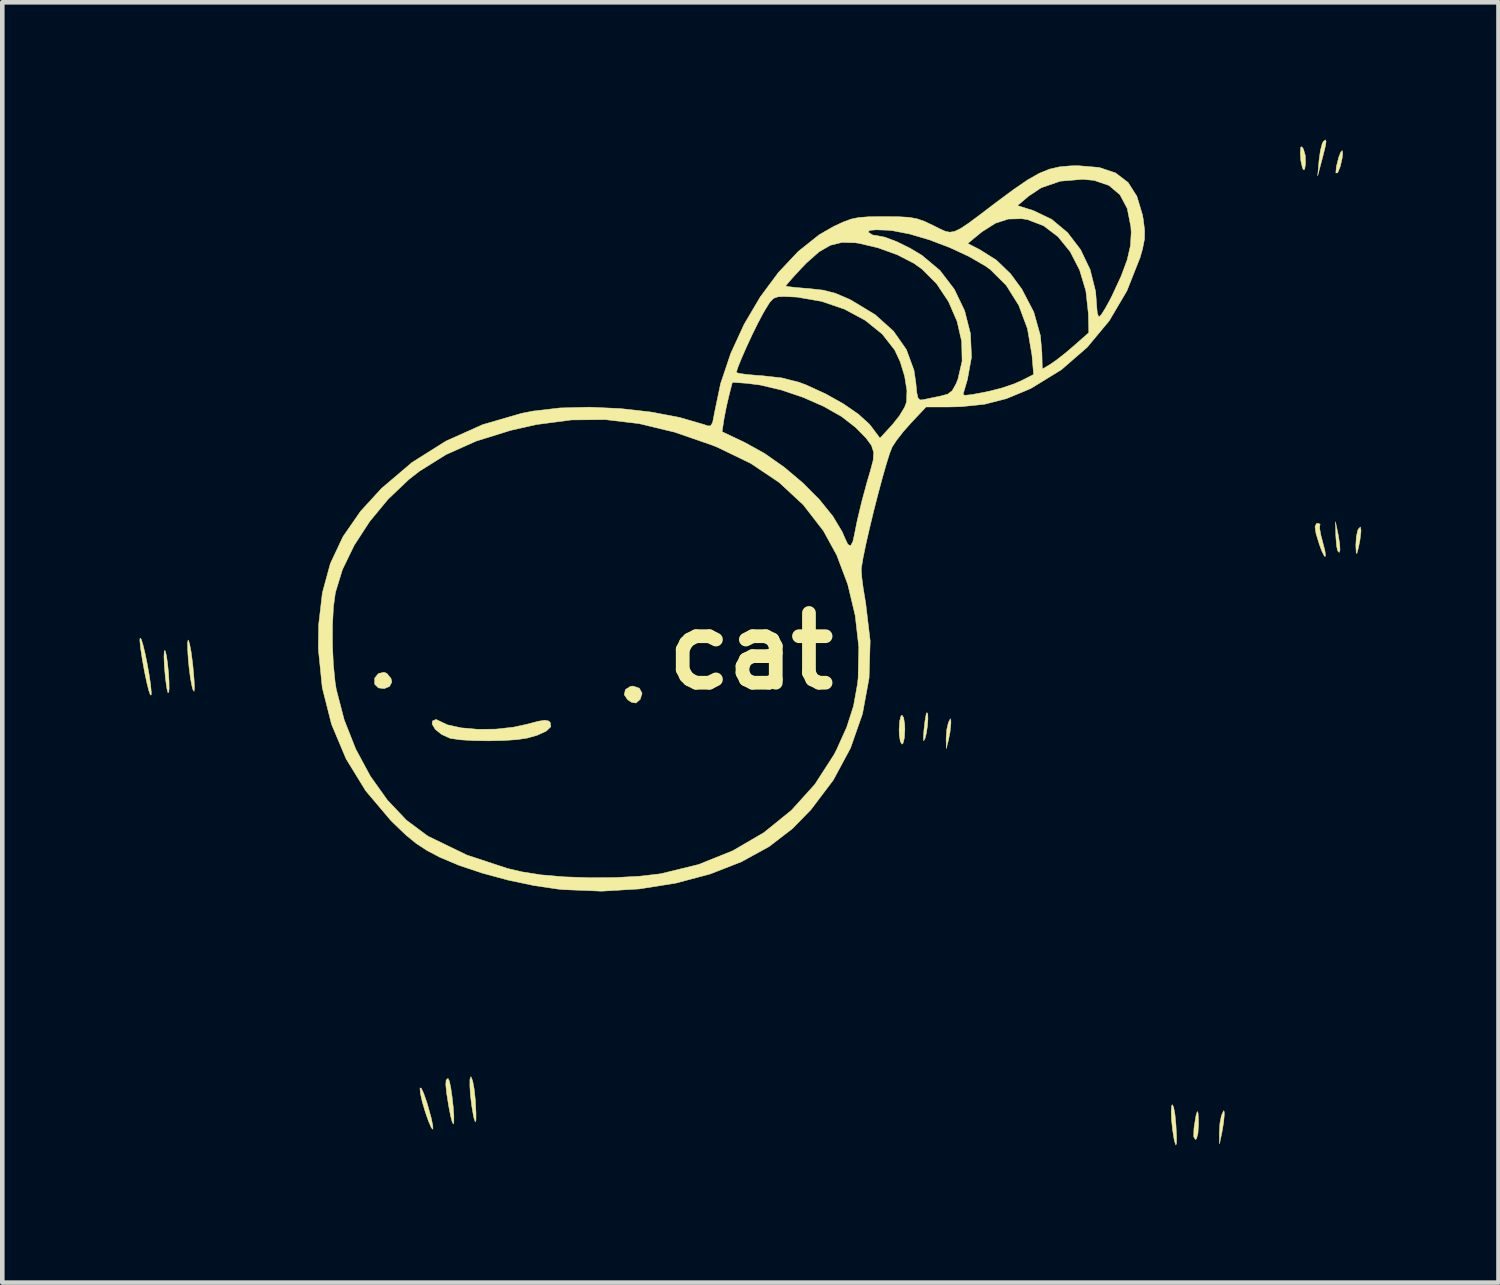
<source format=kicad_pcb>
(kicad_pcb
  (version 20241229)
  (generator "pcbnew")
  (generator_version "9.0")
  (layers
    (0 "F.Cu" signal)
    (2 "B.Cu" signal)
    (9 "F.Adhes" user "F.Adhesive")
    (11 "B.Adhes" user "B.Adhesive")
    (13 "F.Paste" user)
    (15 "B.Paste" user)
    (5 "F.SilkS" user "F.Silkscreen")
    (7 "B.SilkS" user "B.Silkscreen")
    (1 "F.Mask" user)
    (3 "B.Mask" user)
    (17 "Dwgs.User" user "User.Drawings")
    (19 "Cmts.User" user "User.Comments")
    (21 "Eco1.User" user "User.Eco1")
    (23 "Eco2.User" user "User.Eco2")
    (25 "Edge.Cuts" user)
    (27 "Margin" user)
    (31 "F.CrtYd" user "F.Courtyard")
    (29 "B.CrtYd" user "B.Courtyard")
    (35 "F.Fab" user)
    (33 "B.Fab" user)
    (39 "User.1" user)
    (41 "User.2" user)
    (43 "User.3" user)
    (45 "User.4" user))
  (footprint "cat"
    (layer "F.Cu")
    (at 13.351 11.174)
    (property "Reference" "cat" (at 0 0 0) (layer "F.SilkS") (effects (font (size 1.524 1.524) (thickness 0.3))))
    (attr through_hole)
    (fp_poly (pts (xy 12.831 -2.54) (xy 12.863 -2.342) (xy 12.87 -2.207) (xy 12.852 -2.156) (xy 12.818 -2.194) (xy 12.797 -2.29) (xy 12.782 -2.461) (xy 12.778 -2.54) (xy 12.771 -2.826) (xy 12.831 -2.54)) (stroke (width 0.01) (type solid)) (fill yes) (layer "F.SilkS"))
    (fp_poly (pts (xy -7.952 0.484) (xy -7.86 0.596) (xy -7.842 0.674) (xy -7.893 0.772) (xy -8.008 0.818) (xy -8.134 0.803) (xy -8.217 0.722) (xy -8.217 0.589) (xy -8.136 0.489) (xy -8.015 0.461) (xy -7.952 0.484)) (stroke (width 0.01) (type solid)) (fill yes) (layer "F.SilkS"))
    (fp_poly (pts (xy 4.37 1.511) (xy 4.37 1.587) (xy 4.351 1.77) (xy 4.318 1.937) (xy 4.27 2.127) (xy 4.266 1.905) (xy 4.28 1.714) (xy 4.316 1.559) (xy 4.318 1.556) (xy 4.358 1.476) (xy 4.37 1.511)) (stroke (width 0.01) (type solid)) (fill yes) (layer "F.SilkS"))
    (fp_poly (pts (xy 12.071 -10.968) (xy 12.112 -10.826) (xy 12.117 -10.651) (xy 12.098 -10.526) (xy 12.071 -10.517) (xy 12.049 -10.562) (xy 12.015 -10.709) (xy 12.003 -10.88) (xy 12.011 -11.006) (xy 12.036 -11.019) (xy 12.071 -10.968)) (stroke (width 0.01) (type solid)) (fill yes) (layer "F.SilkS"))
    (fp_poly (pts (xy 12.566 -11.133) (xy 12.546 -11.013) (xy 12.491 -10.792) (xy 12.475 -10.732) (xy 12.382 -10.382) (xy 12.413 -10.727) (xy 12.441 -10.931) (xy 12.481 -11.085) (xy 12.508 -11.136) (xy 12.553 -11.169) (xy 12.566 -11.133)) (stroke (width 0.01) (type solid)) (fill yes) (layer "F.SilkS"))
    (fp_poly (pts (xy -2.435 0.809) (xy -2.375 0.92) (xy -2.415 1.05) (xy -2.42 1.056) (xy -2.509 1.133) (xy -2.606 1.117) (xy -2.69 1.062) (xy -2.765 0.951) (xy -2.739 0.838) (xy -2.628 0.768) (xy -2.572 0.762) (xy -2.435 0.809)) (stroke (width 0.01) (type solid)) (fill yes) (layer "F.SilkS"))
    (fp_poly (pts (xy 3.865 1.367) (xy 3.869 1.477) (xy 3.858 1.632) (xy 3.834 1.793) (xy 3.806 1.905) (xy 3.777 1.959) (xy 3.77 1.897) (xy 3.782 1.718) (xy 3.805 1.521) (xy 3.829 1.383) (xy 3.844 1.342) (xy 3.865 1.367)) (stroke (width 0.01) (type solid)) (fill yes) (layer "F.SilkS"))
    (fp_poly (pts (xy 9.77 10.089) (xy 9.778 10.25) (xy 9.779 10.34) (xy 9.767 10.533) (xy 9.736 10.649) (xy 9.712 10.668) (xy 9.674 10.609) (xy 9.679 10.435) (xy 9.688 10.366) (xy 9.724 10.148) (xy 9.752 10.055) (xy 9.77 10.089)) (stroke (width 0.01) (type solid)) (fill yes) (layer "F.SilkS"))
    (fp_poly (pts (xy 10.341 10.063) (xy 10.342 10.128) (xy 10.33 10.272) (xy 10.299 10.467) (xy 10.291 10.509) (xy 10.238 10.763) (xy 10.235 10.509) (xy 10.247 10.311) (xy 10.279 10.149) (xy 10.287 10.128) (xy 10.329 10.037) (xy 10.341 10.063)) (stroke (width 0.01) (type solid)) (fill yes) (layer "F.SilkS"))
    (fp_poly (pts (xy 12.928 -10.871) (xy 12.916 -10.763) (xy 12.875 -10.586) (xy 12.825 -10.462) (xy 12.813 -10.446) (xy 12.779 -10.448) (xy 12.789 -10.567) (xy 12.796 -10.604) (xy 12.842 -10.788) (xy 12.887 -10.902) (xy 12.919 -10.935) (xy 12.928 -10.871)) (stroke (width 0.01) (type solid)) (fill yes) (layer "F.SilkS"))
    (fp_poly (pts (xy 3.338 1.454) (xy 3.361 1.6) (xy 3.365 1.714) (xy 3.354 1.896) (xy 3.325 2.011) (xy 3.302 2.032) (xy 3.266 1.975) (xy 3.243 1.829) (xy 3.239 1.714) (xy 3.25 1.533) (xy 3.279 1.418) (xy 3.302 1.397) (xy 3.338 1.454)) (stroke (width 0.01) (type solid)) (fill yes) (layer "F.SilkS"))
    (fp_poly (pts (xy 13.328 -2.647) (xy 13.327 -2.603) (xy 13.305 -2.421) (xy 13.271 -2.254) (xy 13.241 -2.142) (xy 13.225 -2.135) (xy 13.219 -2.244) (xy 13.216 -2.318) (xy 13.227 -2.505) (xy 13.261 -2.648) (xy 13.271 -2.667) (xy 13.315 -2.713) (xy 13.328 -2.647)) (stroke (width 0.01) (type solid)) (fill yes) (layer "F.SilkS"))
    (fp_poly (pts (xy -7.201 9.545) (xy -7.15 9.65) (xy -7.084 9.836) (xy -7.057 9.926) (xy -6.982 10.196) (xy -6.946 10.371) (xy -6.945 10.445) (xy -6.978 10.412) (xy -7.041 10.266) (xy -7.11 10.07) (xy -7.177 9.843) (xy -7.219 9.653) (xy -7.227 9.542) (xy -7.201 9.545)) (stroke (width 0.01) (type solid)) (fill yes) (layer "F.SilkS"))
    (fp_poly (pts (xy 9.236 9.964) (xy 9.264 10.116) (xy 9.285 10.33) (xy 9.286 10.335) (xy 9.299 10.593) (xy 9.299 10.746) (xy 9.285 10.788) (xy 9.258 10.713) (xy 9.246 10.66) (xy 9.212 10.45) (xy 9.19 10.235) (xy 9.183 10.05) (xy 9.192 9.931) (xy 9.208 9.906) (xy 9.236 9.964)) (stroke (width 0.01) (type solid)) (fill yes) (layer "F.SilkS"))
    (fp_poly (pts (xy 12.438 -2.771) (xy 12.43 -2.757) (xy 12.425 -2.68) (xy 12.454 -2.523) (xy 12.487 -2.401) (xy 12.542 -2.187) (xy 12.555 -2.076) (xy 12.53 -2.072) (xy 12.474 -2.183) (xy 12.421 -2.326) (xy 12.346 -2.57) (xy 12.324 -2.717) (xy 12.353 -2.785) (xy 12.393 -2.794) (xy 12.438 -2.771)) (stroke (width 0.01) (type solid)) (fill yes) (layer "F.SilkS"))
    (fp_poly (pts (xy -12.79 -0.004) (xy -12.766 0.097) (xy -12.742 0.262) (xy -12.722 0.458) (xy -12.709 0.654) (xy -12.707 0.818) (xy -12.714 0.892) (xy -12.731 0.909) (xy -12.755 0.818) (xy -12.781 0.638) (xy -12.79 0.561) (xy -12.811 0.316) (xy -12.819 0.116) (xy -12.813 -0.002) (xy -12.811 -0.011) (xy -12.79 -0.004)) (stroke (width 0.01) (type solid)) (fill yes) (layer "F.SilkS"))
    (fp_poly (pts (xy -6.585 9.392) (xy -6.554 9.539) (xy -6.525 9.739) (xy -6.501 9.955) (xy -6.487 10.15) (xy -6.488 10.288) (xy -6.498 10.329) (xy -6.522 10.287) (xy -6.558 10.15) (xy -6.597 9.952) (xy -6.644 9.659) (xy -6.663 9.472) (xy -6.656 9.37) (xy -6.621 9.335) (xy -6.613 9.335) (xy -6.585 9.392)) (stroke (width 0.01) (type solid)) (fill yes) (layer "F.SilkS"))
    (fp_poly (pts (xy -6.109 9.303) (xy -6.075 9.394) (xy -6.042 9.574) (xy -6.018 9.807) (xy -6.017 9.827) (xy -6.003 10.09) (xy -6.004 10.244) (xy -6.019 10.283) (xy -6.047 10.203) (xy -6.06 10.144) (xy -6.097 9.926) (xy -6.124 9.702) (xy -6.137 9.502) (xy -6.136 9.358) (xy -6.119 9.298) (xy -6.109 9.303)) (stroke (width 0.01) (type solid)) (fill yes) (layer "F.SilkS"))
    (fp_poly (pts (xy -13.316 -0.26) (xy -13.278 -0.139) (xy -13.232 0.05) (xy -13.186 0.276) (xy -13.144 0.511) (xy -13.112 0.726) (xy -13.097 0.891) (xy -13.097 0.953) (xy -13.115 0.96) (xy -13.15 0.861) (xy -13.197 0.673) (xy -13.245 0.445) (xy -13.295 0.165) (xy -13.33 -0.069) (xy -13.346 -0.229) (xy -13.342 -0.284) (xy -13.316 -0.26)) (stroke (width 0.01) (type solid)) (fill yes) (layer "F.SilkS"))
    (fp_poly (pts (xy -12.287 -0.241) (xy -12.26 -0.161) (xy -12.227 0.013) (xy -12.196 0.247) (xy -12.187 0.328) (xy -12.162 0.614) (xy -12.154 0.8) (xy -12.162 0.878) (xy -12.186 0.842) (xy -12.211 0.749) (xy -12.242 0.584) (xy -12.269 0.375) (xy -12.29 0.155) (xy -12.302 -0.043) (xy -12.304 -0.186) (xy -12.292 -0.243) (xy -12.287 -0.241)) (stroke (width 0.01) (type solid)) (fill yes) (layer "F.SilkS"))
    (fp_poly (pts (xy -6.836 1.51) (xy -6.627 1.609) (xy -6.325 1.675) (xy -5.964 1.707) (xy -5.574 1.703) (xy -5.188 1.661) (xy -4.877 1.593) (xy -4.643 1.531) (xy -4.5 1.509) (xy -4.418 1.525) (xy -4.381 1.557) (xy -4.368 1.65) (xy -4.469 1.747) (xy -4.669 1.838) (xy -4.889 1.9) (xy -5.108 1.932) (xy -5.403 1.952) (xy -5.734 1.959) (xy -6.063 1.954) (xy -6.349 1.936) (xy -6.555 1.906) (xy -6.577 1.9) (xy -6.754 1.82) (xy -6.892 1.708) (xy -6.962 1.593) (xy -6.954 1.525) (xy -6.875 1.491) (xy -6.836 1.51)) (stroke (width 0.01) (type solid)) (fill yes) (layer "F.SilkS"))
    (fp_poly (pts (xy 7.61 -10.566) (xy 7.968 -10.446) (xy 8.24 -10.239) (xy 8.433 -9.937) (xy 8.554 -9.534) (xy 8.571 -9.441) (xy 8.602 -9.196) (xy 8.599 -8.998) (xy 8.557 -8.786) (xy 8.502 -8.595) (xy 8.216 -7.872) (xy 7.829 -7.216) (xy 7.348 -6.638) (xy 6.783 -6.147) (xy 6.141 -5.753) (xy 6.064 -5.715) (xy 5.583 -5.516) (xy 5.106 -5.394) (xy 4.585 -5.34) (xy 4.316 -5.334) (xy 3.828 -5.334) (xy 3.51 -4.997) (xy 3.333 -4.798) (xy 3.181 -4.603) (xy 3.087 -4.459) (xy 3.032 -4.319) (xy 2.958 -4.082) (xy 2.87 -3.773) (xy 2.775 -3.418) (xy 2.679 -3.042) (xy 2.59 -2.671) (xy 2.512 -2.33) (xy 2.453 -2.045) (xy 2.419 -1.842) (xy 2.413 -1.771) (xy 2.425 -1.603) (xy 2.457 -1.361) (xy 2.502 -1.092) (xy 2.508 -1.058) (xy 2.607 -0.224) (xy 2.583 0.588) (xy 2.439 1.371) (xy 2.178 2.117) (xy 1.801 2.817) (xy 1.312 3.464) (xy 0.91 3.876) (xy 0.401 4.268) (xy -0.205 4.601) (xy -0.892 4.869) (xy -1.641 5.068) (xy -2.436 5.194) (xy -3.26 5.243) (xy -4.095 5.209) (xy -4.21 5.198) (xy -4.738 5.12) (xy -5.302 5.001) (xy -5.861 4.85) (xy -6.373 4.679) (xy -6.795 4.501) (xy -7.071 4.356) (xy -7.306 4.203) (xy -7.535 4.016) (xy -7.798 3.764) (xy -7.874 3.687) (xy -8.413 3.05) (xy -8.842 2.351) (xy -9.159 1.597) (xy -9.362 0.795) (xy -9.447 -0.047) (xy -9.446 -0.139) (xy -9.139 -0.139) (xy -9.119 0.294) (xy -9.08 0.681) (xy -9.055 0.836) (xy -8.882 1.501) (xy -8.63 2.139) (xy -8.312 2.729) (xy -7.939 3.253) (xy -7.523 3.692) (xy -7.076 4.025) (xy -7.033 4.051) (xy -6.202 4.454) (xy -5.317 4.746) (xy -4.997 4.821) (xy -4.576 4.887) (xy -4.069 4.93) (xy -3.517 4.949) (xy -2.96 4.945) (xy -2.437 4.917) (xy -1.988 4.865) (xy -1.95 4.858) (xy -1.141 4.66) (xy -0.393 4.359) (xy 0.285 3.963) (xy 0.885 3.478) (xy 1.398 2.91) (xy 1.814 2.266) (xy 1.87 2.159) (xy 2.094 1.662) (xy 2.243 1.199) (xy 2.33 0.718) (xy 2.344 0.587) (xy 2.359 -0.084) (xy 2.28 -0.778) (xy 2.117 -1.46) (xy 1.877 -2.097) (xy 1.586 -2.628) (xy 1.145 -3.197) (xy 0.618 -3.686) (xy -0.004 -4.103) (xy -0.728 -4.453) (xy -0.847 -4.501) (xy -1.669 -4.785) (xy -1.709 -4.794) (xy -0.628 -4.794) (xy -0.129 -4.557) (xy 0.302 -4.318) (xy 0.732 -4.016) (xy 1.138 -3.673) (xy 1.499 -3.31) (xy 1.793 -2.946) (xy 1.998 -2.603) (xy 2.045 -2.492) (xy 2.119 -2.334) (xy 2.179 -2.3) (xy 2.229 -2.394) (xy 2.258 -2.524) (xy 2.325 -2.857) (xy 2.422 -3.262) (xy 2.537 -3.688) (xy 2.609 -3.931) (xy 2.671 -4.164) (xy 2.684 -4.34) (xy 2.636 -4.493) (xy 2.516 -4.656) (xy 2.312 -4.864) (xy 2.283 -4.892) (xy 1.984 -5.124) (xy 1.593 -5.346) (xy 1.143 -5.544) (xy 0.67 -5.704) (xy 0.208 -5.813) (xy -0.09 -5.851) (xy -0.403 -5.874) (xy -0.476 -5.588) (xy -0.533 -5.344) (xy -0.581 -5.099) (xy -0.589 -5.048) (xy -0.628 -4.794) (xy -1.709 -4.794) (xy -2.438 -4.97) (xy -3.179 -5.058) (xy -3.916 -5.051) (xy -4.676 -4.951) (xy -5.242 -4.824) (xy -5.998 -4.589) (xy -6.658 -4.294) (xy -7.24 -3.93) (xy -7.474 -3.747) (xy -7.924 -3.319) (xy -8.327 -2.831) (xy -8.665 -2.31) (xy -8.921 -1.782) (xy -9.074 -1.283) (xy -9.117 -0.97) (xy -9.138 -0.575) (xy -9.139 -0.139) (xy -9.446 -0.139) (xy -9.441 -0.572) (xy -9.359 -1.277) (xy -9.185 -1.914) (xy -8.91 -2.5) (xy -8.525 -3.056) (xy -8.067 -3.556) (xy -7.399 -4.124) (xy -6.658 -4.59) (xy -5.856 -4.949) (xy -5.005 -5.196) (xy -4.753 -5.245) (xy -4.168 -5.313) (xy -3.521 -5.33) (xy -2.847 -5.299) (xy -2.182 -5.224) (xy -1.562 -5.107) (xy -1.023 -4.951) (xy -0.944 -4.922) (xy -0.878 -4.921) (xy -0.834 -4.998) (xy -0.799 -5.176) (xy -0.798 -5.187) (xy -0.66 -5.847) (xy -0.578 -6.089) (xy -0.316 -6.089) (xy -0.258 -6.068) (xy -0.102 -6.046) (xy 0.124 -6.025) (xy 0.238 -6.018) (xy 0.672 -5.97) (xy 1.042 -5.877) (xy 1.205 -5.817) (xy 1.633 -5.621) (xy 2.022 -5.403) (xy 2.347 -5.179) (xy 2.582 -4.966) (xy 2.633 -4.904) (xy 2.821 -4.653) (xy 3.091 -4.946) (xy 3.243 -5.137) (xy 3.358 -5.326) (xy 3.401 -5.441) (xy 3.41 -5.694) (xy 3.36 -6.004) (xy 3.263 -6.322) (xy 3.142 -6.58) (xy 2.87 -6.927) (xy 2.498 -7.227) (xy 2.049 -7.469) (xy 1.545 -7.641) (xy 1.009 -7.734) (xy 0.729 -7.747) (xy 0.593 -7.741) (xy 0.497 -7.707) (xy 0.414 -7.621) (xy 0.313 -7.458) (xy 0.253 -7.352) (xy 0.144 -7.146) (xy 0.023 -6.899) (xy -0.097 -6.64) (xy -0.202 -6.4) (xy -0.279 -6.209) (xy -0.315 -6.097) (xy -0.316 -6.089) (xy -0.578 -6.089) (xy -0.439 -6.504) (xy -0.147 -7.139) (xy 0.204 -7.734) (xy 0.383 -7.976) (xy 0.762 -7.976) (xy 0.82 -7.963) (xy 0.975 -7.945) (xy 1.196 -7.926) (xy 1.258 -7.922) (xy 1.581 -7.886) (xy 1.849 -7.817) (xy 2.133 -7.696) (xy 2.195 -7.665) (xy 2.715 -7.351) (xy 3.116 -6.991) (xy 3.399 -6.587) (xy 3.564 -6.137) (xy 3.604 -5.867) (xy 3.625 -5.649) (xy 3.652 -5.531) (xy 3.696 -5.488) (xy 3.769 -5.493) (xy 3.771 -5.494) (xy 3.923 -5.527) (xy 4.12 -5.567) (xy 4.151 -5.574) (xy 4.302 -5.615) (xy 4.399 -5.69) (xy 4.479 -5.832) (xy 4.523 -5.938) (xy 4.615 -6.334) (xy 4.606 -6.766) (xy 4.504 -7.208) (xy 4.318 -7.636) (xy 4.06 -8.024) (xy 3.737 -8.347) (xy 3.561 -8.473) (xy 3.201 -8.658) (xy 2.778 -8.811) (xy 2.358 -8.91) (xy 2.278 -8.921) (xy 1.994 -8.929) (xy 1.74 -8.867) (xy 1.49 -8.723) (xy 1.219 -8.483) (xy 1.095 -8.355) (xy 0.937 -8.183) (xy 0.82 -8.05) (xy 0.764 -7.981) (xy 0.762 -7.976) (xy 0.383 -7.976) (xy 0.602 -8.271) (xy 1.035 -8.731) (xy 1.492 -9.095) (xy 1.605 -9.16) (xy 2.563 -9.16) (xy 2.567 -9.151) (xy 2.661 -9.091) (xy 2.733 -9.081) (xy 2.926 -9.044) (xy 3.187 -8.946) (xy 3.482 -8.8) (xy 3.736 -8.648) (xy 4.131 -8.317) (xy 4.445 -7.906) (xy 4.67 -7.438) (xy 4.798 -6.935) (xy 4.82 -6.42) (xy 4.731 -5.931) (xy 4.678 -5.752) (xy 4.643 -5.632) (xy 4.636 -5.604) (xy 4.683 -5.589) (xy 4.83 -5.605) (xy 5.088 -5.653) (xy 5.216 -5.68) (xy 5.485 -5.749) (xy 5.748 -5.838) (xy 5.907 -5.907) (xy 6.177 -6.044) (xy 6.141 -6.471) (xy 6.043 -7.043) (xy 5.853 -7.554) (xy 5.58 -7.99) (xy 5.231 -8.337) (xy 5.122 -8.415) (xy 4.764 -8.622) (xy 4.344 -8.817) (xy 4.112 -8.905) (xy 4.738 -8.905) (xy 4.996 -8.774) (xy 5.363 -8.543) (xy 5.672 -8.245) (xy 5.919 -7.91) (xy 6.181 -7.408) (xy 6.325 -6.894) (xy 6.358 -6.526) (xy 6.367 -6.162) (xy 6.541 -6.265) (xy 6.679 -6.361) (xy 6.868 -6.509) (xy 7.049 -6.663) (xy 7.383 -6.957) (xy 7.374 -7.368) (xy 7.319 -7.868) (xy 7.182 -8.326) (xy 6.976 -8.726) (xy 6.71 -9.054) (xy 6.396 -9.292) (xy 6.044 -9.427) (xy 5.919 -9.446) (xy 5.622 -9.439) (xy 5.344 -9.348) (xy 5.051 -9.162) (xy 4.957 -9.086) (xy 4.738 -8.905) (xy 4.112 -8.905) (xy 3.901 -8.985) (xy 3.472 -9.112) (xy 3.097 -9.185) (xy 2.992 -9.195) (xy 2.738 -9.204) (xy 2.599 -9.192) (xy 2.563 -9.16) (xy 1.605 -9.16) (xy 1.81 -9.278) (xy 2.019 -9.375) (xy 2.19 -9.438) (xy 2.36 -9.473) (xy 2.57 -9.489) (xy 2.86 -9.493) (xy 2.923 -9.493) (xy 3.233 -9.49) (xy 3.455 -9.477) (xy 3.628 -9.446) (xy 3.788 -9.391) (xy 3.975 -9.303) (xy 3.987 -9.297) (xy 4.134 -9.223) (xy 4.247 -9.172) (xy 4.346 -9.152) (xy 4.451 -9.169) (xy 4.579 -9.23) (xy 4.749 -9.343) (xy 4.98 -9.514) (xy 5.268 -9.733) (xy 5.825 -9.733) (xy 6.172 -9.624) (xy 6.57 -9.434) (xy 6.919 -9.143) (xy 7.204 -8.77) (xy 7.412 -8.334) (xy 7.532 -7.855) (xy 7.555 -7.541) (xy 7.568 -7.387) (xy 7.599 -7.306) (xy 7.609 -7.303) (xy 7.659 -7.355) (xy 7.747 -7.496) (xy 7.857 -7.697) (xy 7.89 -7.763) (xy 8.089 -8.192) (xy 8.221 -8.547) (xy 8.292 -8.855) (xy 8.309 -9.143) (xy 8.301 -9.273) (xy 8.222 -9.671) (xy 8.063 -9.97) (xy 7.823 -10.173) (xy 7.497 -10.284) (xy 7.246 -10.307) (xy 6.759 -10.266) (xy 6.342 -10.122) (xy 6.071 -9.942) (xy 5.825 -9.733) (xy 5.268 -9.733) (xy 5.292 -9.751) (xy 5.376 -9.815) (xy 5.749 -10.091) (xy 6.049 -10.296) (xy 6.299 -10.438) (xy 6.525 -10.53) (xy 6.749 -10.581) (xy 6.995 -10.602) (xy 7.157 -10.604) (xy 7.61 -10.566)) (stroke (width 0.01) (type solid)) (fill yes) (layer "F.SilkS")))
  (gr_rect
    (start -3 -3)
    (end 29.683 24.967)
    (stroke (width 0.1) (type default))
    (fill no)
    (layer "Edge.Cuts")))
</source>
